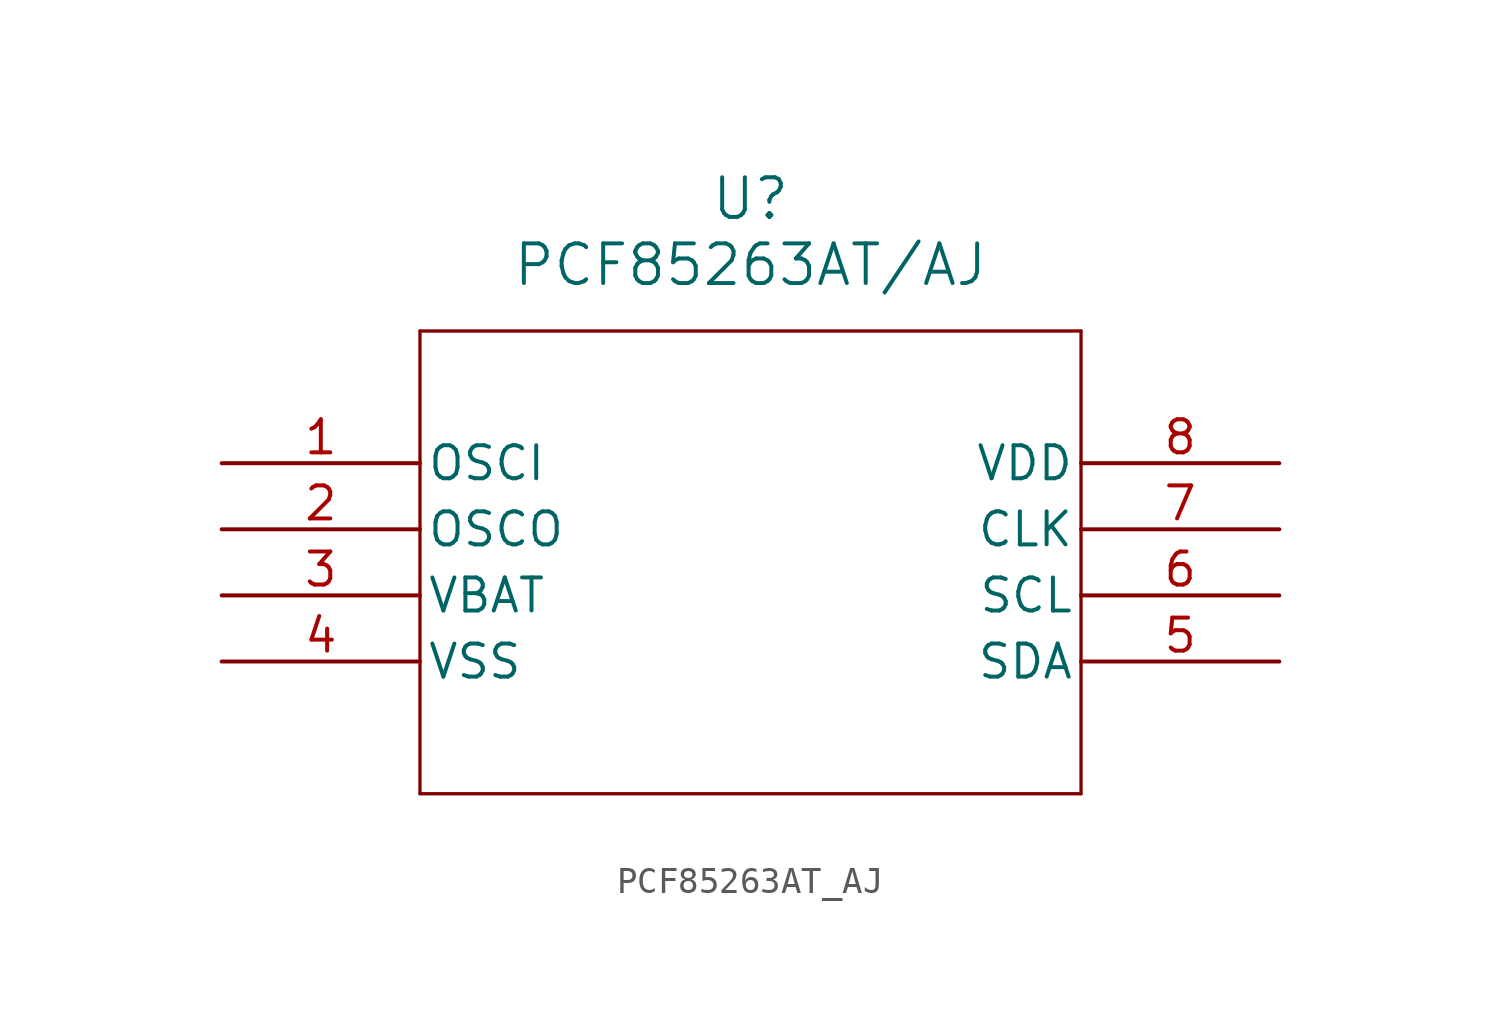
<source format=kicad_sym>
(kicad_symbol_lib
  (version 20211014)
  (generator kicad_symbol_editor)
  (symbol "PCF85263AT_AJ"
    (pin_names
      (offset 0.254))
    (property "Reference" "U"
      (at 20.32 10.16 0)
      (effects (font (size 1.524 1.524))))
    (property "Value" "PCF85263AT/AJ"
      (at 20.32 7.62 0)
      (effects (font (size 1.524 1.524))))
    (symbol "PCF85263AT_AJ_0_1"
      (polyline (pts (xy 7.62 5.08) (xy 7.62 -12.7)) (stroke (width 0.127) (type default) (color 0 0 0 0)) (fill (type none)))
      (polyline (pts (xy 7.62 -12.7) (xy 33.02 -12.7)) (stroke (width 0.127) (type default) (color 0 0 0 0)) (fill (type none)))
      (polyline (pts (xy 33.02 -12.7) (xy 33.02 5.08)) (stroke (width 0.127) (type default) (color 0 0 0 0)) (fill (type none)))
      (polyline (pts (xy 33.02 5.08) (xy 7.62 5.08)) (stroke (width 0.127) (type default) (color 0 0 0 0)) (fill (type none)))
      (pin input line (at 0 0 0) (length 7.62) (name "OSCI" (effects (font (size 1.27 1.27)))) (number "1" (effects (font (size 1.27 1.27)))))
      (pin output line (at 0 -2.54 0) (length 7.62) (name "OSCO" (effects (font (size 1.27 1.27)))) (number "2" (effects (font (size 1.27 1.27)))))
      (pin power_in line (at 0 -5.08 0) (length 7.62) (name "VBAT" (effects (font (size 1.27 1.27)))) (number "3" (effects (font (size 1.27 1.27)))))
      (pin power_out line (at 0 -7.62 0) (length 7.62) (name "VSS" (effects (font (size 1.27 1.27)))) (number "4" (effects (font (size 1.27 1.27)))))
      (pin bidirectional line (at 40.64 -7.62 180) (length 7.62) (name "SDA" (effects (font (size 1.27 1.27)))) (number "5" (effects (font (size 1.27 1.27)))))
      (pin input line (at 40.64 -5.08 180) (length 7.62) (name "SCL" (effects (font (size 1.27 1.27)))) (number "6" (effects (font (size 1.27 1.27)))))
      (pin output line (at 40.64 -2.54 180) (length 7.62) (name "CLK" (effects (font (size 1.27 1.27)))) (number "7" (effects (font (size 1.27 1.27)))))
      (pin power_in line (at 40.64 0 180) (length 7.62) (name "VDD" (effects (font (size 1.27 1.27)))) (number "8" (effects (font (size 1.27 1.27))))))))
</source>
